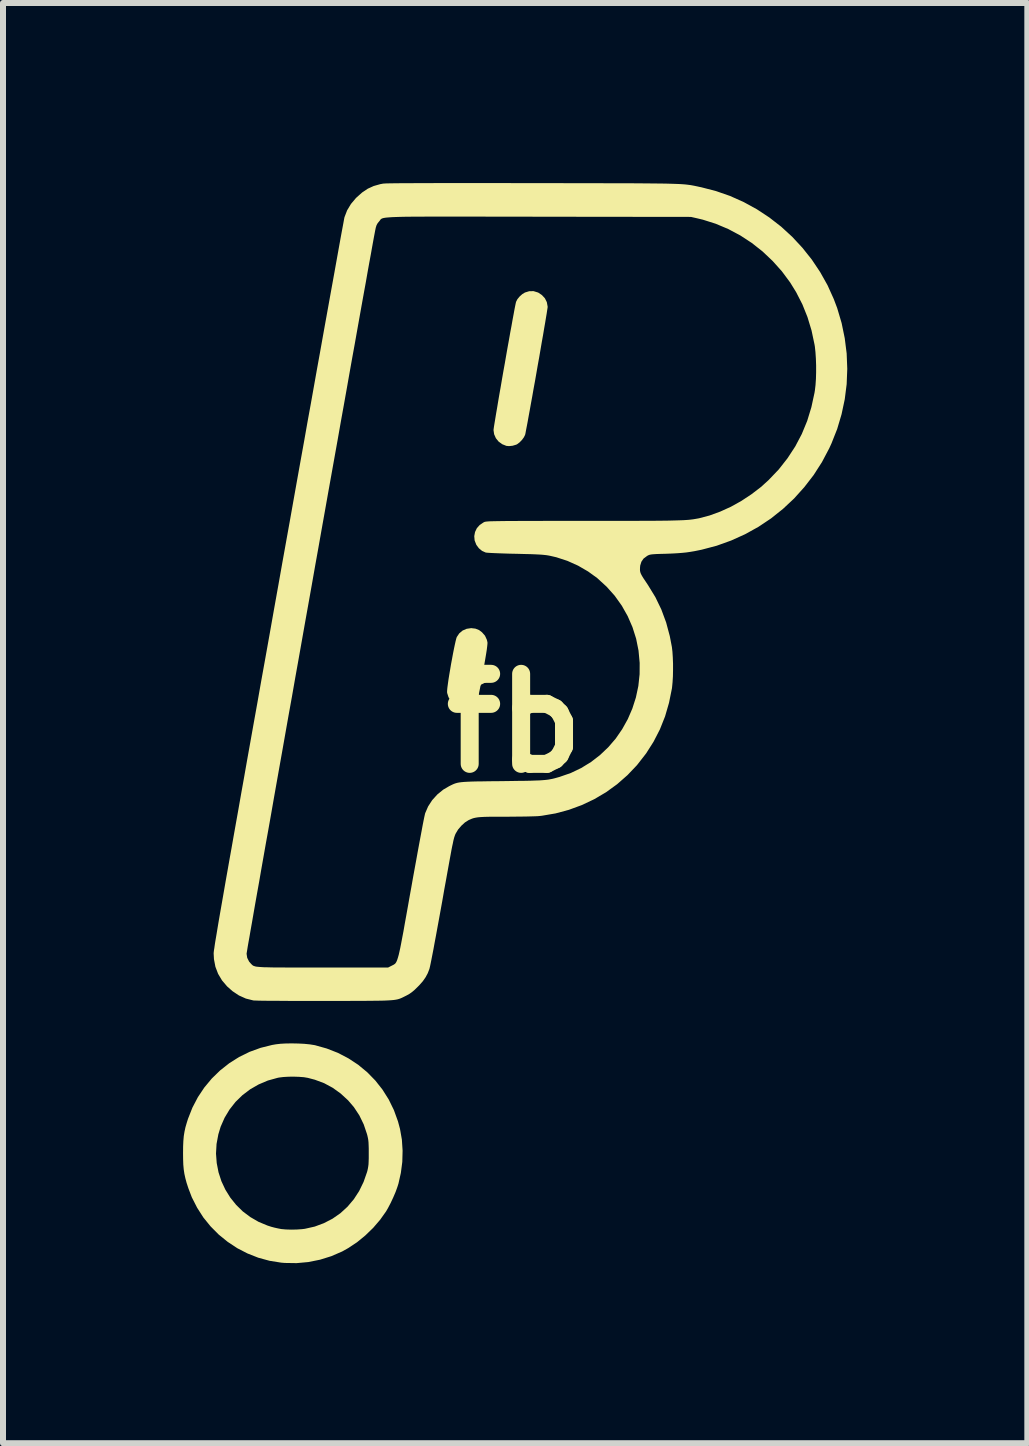
<source format=kicad_pcb>
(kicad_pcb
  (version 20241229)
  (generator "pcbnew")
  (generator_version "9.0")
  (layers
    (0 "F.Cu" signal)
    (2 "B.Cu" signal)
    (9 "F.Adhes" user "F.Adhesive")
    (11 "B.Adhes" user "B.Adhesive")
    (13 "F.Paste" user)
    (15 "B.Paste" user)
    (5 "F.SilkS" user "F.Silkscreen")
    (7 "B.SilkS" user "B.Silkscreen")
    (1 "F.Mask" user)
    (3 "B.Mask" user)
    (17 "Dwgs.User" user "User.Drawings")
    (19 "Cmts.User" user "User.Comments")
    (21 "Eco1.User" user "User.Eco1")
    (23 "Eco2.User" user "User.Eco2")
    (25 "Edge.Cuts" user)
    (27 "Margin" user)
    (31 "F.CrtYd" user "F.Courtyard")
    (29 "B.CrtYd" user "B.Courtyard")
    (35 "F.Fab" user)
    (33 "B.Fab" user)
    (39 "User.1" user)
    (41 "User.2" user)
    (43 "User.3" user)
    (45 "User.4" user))
  (footprint "fb"
    (layer "F.Cu")
    (at 5.526 8.999)
    (property "Reference" "fb" (at 0 0 0) (layer "F.SilkS") (effects (font (size 1.5 1.5) (thickness 0.3))))
    (attr board_only exclude_from_pos_files exclude_from_bom)
    (fp_poly (pts (xy -0.655 -1.575) (xy -0.594 -1.551) (xy -0.545 -1.514) (xy -0.495 -1.457) (xy -0.464 -1.389) (xy -0.454 -1.347) (xy -0.454 -1.324) (xy -0.458 -1.284) (xy -0.465 -1.226) (xy -0.477 -1.15) (xy -0.493 -1.055) (xy -0.513 -0.939) (xy -0.521 -0.895) (xy -0.537 -0.802) (xy -0.553 -0.714) (xy -0.568 -0.635) (xy -0.581 -0.567) (xy -0.592 -0.513) (xy -0.6 -0.474) (xy -0.604 -0.455) (xy -0.604 -0.454) (xy -0.625 -0.414) (xy -0.659 -0.37) (xy -0.7 -0.332) (xy -0.738 -0.306) (xy -0.796 -0.286) (xy -0.862 -0.279) (xy -0.925 -0.285) (xy -0.94 -0.289) (xy -1.007 -0.322) (xy -1.062 -0.371) (xy -1.103 -0.432) (xy -1.125 -0.501) (xy -1.127 -0.518) (xy -1.126 -0.545) (xy -1.122 -0.59) (xy -1.114 -0.65) (xy -1.104 -0.722) (xy -1.091 -0.804) (xy -1.076 -0.892) (xy -1.061 -0.982) (xy -1.044 -1.072) (xy -1.028 -1.159) (xy -1.012 -1.24) (xy -0.997 -1.311) (xy -0.984 -1.369) (xy -0.973 -1.412) (xy -0.965 -1.435) (xy -0.924 -1.496) (xy -0.868 -1.543) (xy -0.801 -1.572) (xy -0.726 -1.583) (xy -0.724 -1.583)) (stroke (width 0) (type solid)) (fill yes) (layer "F.SilkS"))
    (fp_poly (pts (xy 0.386 -7.176) (xy 0.39 -7.175) (xy 0.453 -7.133) (xy 0.503 -7.079) (xy 0.535 -7.015) (xy 0.548 -6.944) (xy 0.549 -6.935) (xy 0.547 -6.918) (xy 0.541 -6.881) (xy 0.533 -6.827) (xy 0.521 -6.756) (xy 0.507 -6.671) (xy 0.49 -6.573) (xy 0.472 -6.465) (xy 0.451 -6.348) (xy 0.43 -6.225) (xy 0.408 -6.096) (xy 0.384 -5.964) (xy 0.361 -5.831) (xy 0.338 -5.699) (xy 0.314 -5.569) (xy 0.292 -5.443) (xy 0.27 -5.323) (xy 0.25 -5.211) (xy 0.231 -5.108) (xy 0.215 -5.018) (xy 0.2 -4.94) (xy 0.188 -4.878) (xy 0.18 -4.833) (xy 0.174 -4.807) (xy 0.173 -4.804) (xy 0.153 -4.763) (xy 0.121 -4.719) (xy 0.081 -4.678) (xy 0.041 -4.648) (xy 0.025 -4.64) (xy -0.036 -4.622) (xy -0.095 -4.616) (xy -0.139 -4.62) (xy -0.209 -4.648) (xy -0.269 -4.692) (xy -0.314 -4.748) (xy -0.343 -4.814) (xy -0.353 -4.883) (xy -0.351 -4.901) (xy -0.346 -4.938) (xy -0.337 -4.994) (xy -0.325 -5.066) (xy -0.311 -5.152) (xy -0.294 -5.25) (xy -0.276 -5.359) (xy -0.256 -5.476) (xy -0.234 -5.6) (xy -0.212 -5.73) (xy -0.189 -5.862) (xy -0.165 -5.995) (xy -0.142 -6.128) (xy -0.119 -6.259) (xy -0.096 -6.385) (xy -0.075 -6.505) (xy -0.054 -6.617) (xy -0.036 -6.719) (xy -0.019 -6.81) (xy -0.005 -6.887) (xy 0.007 -6.948) (xy 0.016 -6.992) (xy 0.022 -7.018) (xy 0.023 -7.021) (xy 0.045 -7.064) (xy 0.082 -7.109) (xy 0.127 -7.149) (xy 0.17 -7.175) (xy 0.242 -7.197) (xy 0.314 -7.198)) (stroke (width 0) (type solid)) (fill yes) (layer "F.SilkS"))
    (fp_poly (pts (xy -3.605 5.338) (xy -3.506 5.343) (xy -3.415 5.352) (xy -3.339 5.364) (xy -3.328 5.366) (xy -3.132 5.421) (xy -2.945 5.494) (xy -2.771 5.585) (xy -2.608 5.692) (xy -2.458 5.816) (xy -2.323 5.954) (xy -2.203 6.106) (xy -2.099 6.271) (xy -2.013 6.447) (xy -1.945 6.635) (xy -1.911 6.762) (xy -1.88 6.939) (xy -1.868 7.123) (xy -1.873 7.31) (xy -1.897 7.494) (xy -1.937 7.672) (xy -1.955 7.729) (xy -1.985 7.812) (xy -2.024 7.903) (xy -2.067 7.995) (xy -2.111 8.079) (xy -2.142 8.133) (xy -2.242 8.274) (xy -2.358 8.409) (xy -2.488 8.535) (xy -2.627 8.649) (xy -2.773 8.746) (xy -2.875 8.803) (xy -3.055 8.881) (xy -3.244 8.94) (xy -3.438 8.979) (xy -3.634 8.997) (xy -3.83 8.994) (xy -3.891 8.989) (xy -4.085 8.958) (xy -4.272 8.907) (xy -4.452 8.836) (xy -4.623 8.748) (xy -4.783 8.642) (xy -4.932 8.521) (xy -5.067 8.385) (xy -5.188 8.236) (xy -5.292 8.073) (xy -5.38 7.9) (xy -5.438 7.748) (xy -5.467 7.659) (xy -5.488 7.581) (xy -5.504 7.508) (xy -5.515 7.434) (xy -5.522 7.355) (xy -5.525 7.264) (xy -5.526 7.172) (xy -4.977 7.172) (xy -4.965 7.33) (xy -4.935 7.484) (xy -4.887 7.632) (xy -4.821 7.773) (xy -4.739 7.905) (xy -4.642 8.026) (xy -4.531 8.135) (xy -4.406 8.229) (xy -4.268 8.309) (xy -4.119 8.371) (xy -4.054 8.392) (xy -4.001 8.406) (xy -3.947 8.418) (xy -3.901 8.427) (xy -3.891 8.429) (xy -3.814 8.436) (xy -3.724 8.439) (xy -3.631 8.437) (xy -3.545 8.431) (xy -3.496 8.425) (xy -3.332 8.388) (xy -3.179 8.331) (xy -3.036 8.257) (xy -2.904 8.165) (xy -2.786 8.057) (xy -2.681 7.933) (xy -2.592 7.796) (xy -2.518 7.644) (xy -2.461 7.481) (xy -2.455 7.46) (xy -2.447 7.424) (xy -2.441 7.39) (xy -2.436 7.352) (xy -2.434 7.307) (xy -2.432 7.249) (xy -2.432 7.174) (xy -2.432 7.162) (xy -2.432 7.087) (xy -2.434 7.029) (xy -2.436 6.983) (xy -2.44 6.945) (xy -2.446 6.911) (xy -2.454 6.875) (xy -2.461 6.848) (xy -2.516 6.685) (xy -2.589 6.535) (xy -2.68 6.397) (xy -2.776 6.285) (xy -2.9 6.171) (xy -3.032 6.076) (xy -3.175 5.999) (xy -3.33 5.941) (xy -3.448 5.91) (xy -3.513 5.899) (xy -3.593 5.893) (xy -3.681 5.89) (xy -3.77 5.891) (xy -3.855 5.896) (xy -3.928 5.905) (xy -3.952 5.91) (xy -4.114 5.955) (xy -4.267 6.02) (xy -4.408 6.101) (xy -4.537 6.199) (xy -4.652 6.311) (xy -4.751 6.437) (xy -4.834 6.575) (xy -4.9 6.725) (xy -4.938 6.851) (xy -4.968 7.012) (xy -4.977 7.172) (xy -5.526 7.172) (xy -5.526 7.162) (xy -5.525 7.054) (xy -5.521 6.962) (xy -5.514 6.881) (xy -5.502 6.807) (xy -5.486 6.733) (xy -5.463 6.654) (xy -5.443 6.591) (xy -5.37 6.406) (xy -5.279 6.232) (xy -5.171 6.07) (xy -5.047 5.921) (xy -4.908 5.786) (xy -4.756 5.666) (xy -4.593 5.563) (xy -4.418 5.477) (xy -4.234 5.41) (xy -4.042 5.362) (xy -3.979 5.351) (xy -3.901 5.342) (xy -3.809 5.337) (xy -3.709 5.336)) (stroke (width 0) (type solid)) (fill yes) (layer "F.SilkS"))
    (fp_poly (pts (xy -0.546 -8.999) (xy -0.283 -8.999) (xy 0.002 -8.998) (xy 0.307 -8.998) (xy 0.582 -8.998) (xy 0.836 -8.997) (xy 1.07 -8.997) (xy 1.285 -8.997) (xy 1.482 -8.996) (xy 1.661 -8.996) (xy 1.824 -8.995) (xy 1.971 -8.995) (xy 2.104 -8.994) (xy 2.224 -8.993) (xy 2.33 -8.992) (xy 2.425 -8.991) (xy 2.509 -8.99) (xy 2.584 -8.988) (xy 2.649 -8.986) (xy 2.707 -8.984) (xy 2.757 -8.982) (xy 2.801 -8.979) (xy 2.84 -8.976) (xy 2.875 -8.972) (xy 2.907 -8.968) (xy 2.936 -8.964) (xy 2.963 -8.959) (xy 2.99 -8.954) (xy 3.018 -8.948) (xy 3.047 -8.942) (xy 3.078 -8.935) (xy 3.108 -8.929) (xy 3.352 -8.866) (xy 3.588 -8.784) (xy 3.816 -8.682) (xy 4.035 -8.562) (xy 4.243 -8.425) (xy 4.44 -8.272) (xy 4.624 -8.103) (xy 4.794 -7.92) (xy 4.95 -7.724) (xy 5.089 -7.516) (xy 5.212 -7.297) (xy 5.316 -7.067) (xy 5.373 -6.916) (xy 5.447 -6.666) (xy 5.499 -6.413) (xy 5.531 -6.159) (xy 5.541 -5.904) (xy 5.531 -5.649) (xy 5.499 -5.396) (xy 5.446 -5.147) (xy 5.373 -4.901) (xy 5.278 -4.661) (xy 5.241 -4.58) (xy 5.12 -4.351) (xy 4.981 -4.134) (xy 4.825 -3.932) (xy 4.655 -3.743) (xy 4.47 -3.57) (xy 4.272 -3.412) (xy 4.061 -3.271) (xy 3.839 -3.148) (xy 3.607 -3.043) (xy 3.365 -2.956) (xy 3.115 -2.89) (xy 2.997 -2.866) (xy 2.926 -2.854) (xy 2.857 -2.844) (xy 2.786 -2.837) (xy 2.707 -2.831) (xy 2.616 -2.826) (xy 2.508 -2.822) (xy 2.508 -2.822) (xy 2.427 -2.82) (xy 2.365 -2.818) (xy 2.318 -2.815) (xy 2.284 -2.812) (xy 2.259 -2.808) (xy 2.24 -2.803) (xy 2.224 -2.796) (xy 2.207 -2.787) (xy 2.203 -2.784) (xy 2.147 -2.742) (xy 2.111 -2.69) (xy 2.091 -2.626) (xy 2.088 -2.592) (xy 2.087 -2.563) (xy 2.088 -2.538) (xy 2.093 -2.514) (xy 2.103 -2.487) (xy 2.12 -2.455) (xy 2.145 -2.414) (xy 2.18 -2.362) (xy 2.225 -2.294) (xy 2.226 -2.292) (xy 2.344 -2.099) (xy 2.443 -1.894) (xy 2.523 -1.678) (xy 2.584 -1.45) (xy 2.619 -1.268) (xy 2.628 -1.19) (xy 2.634 -1.096) (xy 2.638 -0.992) (xy 2.638 -0.884) (xy 2.636 -0.779) (xy 2.63 -0.681) (xy 2.622 -0.598) (xy 2.619 -0.576) (xy 2.571 -0.339) (xy 2.505 -0.112) (xy 2.419 0.104) (xy 2.313 0.31) (xy 2.189 0.505) (xy 2.044 0.691) (xy 2.037 0.7) (xy 1.879 0.866) (xy 1.707 1.017) (xy 1.522 1.151) (xy 1.325 1.267) (xy 1.118 1.365) (xy 0.903 1.444) (xy 0.68 1.504) (xy 0.451 1.543) (xy 0.415 1.547) (xy 0.38 1.55) (xy 0.326 1.552) (xy 0.257 1.554) (xy 0.175 1.556) (xy 0.083 1.557) (xy -0.015 1.558) (xy -0.117 1.559) (xy -0.14 1.559) (xy -0.26 1.559) (xy -0.361 1.559) (xy -0.444 1.56) (xy -0.512 1.562) (xy -0.568 1.565) (xy -0.613 1.569) (xy -0.651 1.575) (xy -0.683 1.582) (xy -0.711 1.591) (xy -0.739 1.603) (xy -0.767 1.615) (xy -0.829 1.654) (xy -0.889 1.709) (xy -0.943 1.772) (xy -0.982 1.837) (xy -0.989 1.851) (xy -0.995 1.866) (xy -1.001 1.883) (xy -1.008 1.904) (xy -1.015 1.93) (xy -1.023 1.963) (xy -1.031 2.004) (xy -1.042 2.053) (xy -1.054 2.114) (xy -1.067 2.186) (xy -1.083 2.272) (xy -1.101 2.372) (xy -1.122 2.488) (xy -1.146 2.622) (xy -1.174 2.774) (xy -1.204 2.947) (xy -1.207 2.964) (xy -1.235 3.118) (xy -1.262 3.267) (xy -1.288 3.408) (xy -1.312 3.54) (xy -1.335 3.662) (xy -1.355 3.772) (xy -1.374 3.869) (xy -1.39 3.951) (xy -1.403 4.015) (xy -1.413 4.062) (xy -1.42 4.089) (xy -1.42 4.092) (xy -1.449 4.167) (xy -1.485 4.234) (xy -1.531 4.3) (xy -1.591 4.368) (xy -1.619 4.396) (xy -1.669 4.445) (xy -1.712 4.481) (xy -1.753 4.51) (xy -1.799 4.536) (xy -1.811 4.542) (xy -1.837 4.555) (xy -1.861 4.567) (xy -1.882 4.577) (xy -1.903 4.586) (xy -1.925 4.594) (xy -1.949 4.601) (xy -1.978 4.607) (xy -2.011 4.612) (xy -2.051 4.616) (xy -2.098 4.619) (xy -2.155 4.622) (xy -2.222 4.624) (xy -2.302 4.625) (xy -2.394 4.626) (xy -2.501 4.627) (xy -2.625 4.627) (xy -2.765 4.628) (xy -2.925 4.628) (xy -3.105 4.628) (xy -3.167 4.628) (xy -3.324 4.628) (xy -3.475 4.628) (xy -3.62 4.628) (xy -3.756 4.628) (xy -3.883 4.627) (xy -3.997 4.626) (xy -4.099 4.626) (xy -4.186 4.625) (xy -4.257 4.624) (xy -4.31 4.622) (xy -4.344 4.621) (xy -4.355 4.62) (xy -4.479 4.589) (xy -4.595 4.537) (xy -4.703 4.465) (xy -4.792 4.386) (xy -4.877 4.286) (xy -4.942 4.177) (xy -4.987 4.059) (xy -5.011 3.933) (xy -5.016 3.842) (xy -5.016 3.84) (xy -4.468 3.84) (xy -4.457 3.91) (xy -4.426 3.972) (xy -4.394 4.009) (xy -4.384 4.019) (xy -4.375 4.028) (xy -4.365 4.036) (xy -4.354 4.043) (xy -4.339 4.048) (xy -4.321 4.054) (xy -4.297 4.058) (xy -4.266 4.061) (xy -4.227 4.064) (xy -4.178 4.067) (xy -4.118 4.068) (xy -4.047 4.07) (xy -3.962 4.071) (xy -3.862 4.071) (xy -3.746 4.072) (xy -3.613 4.072) (xy -3.461 4.072) (xy -3.289 4.072) (xy -3.198 4.072) (xy -2.11 4.072) (xy -2.051 4.042) (xy -2.035 4.034) (xy -2.021 4.027) (xy -2.008 4.019) (xy -1.996 4.01) (xy -1.985 3.999) (xy -1.975 3.983) (xy -1.965 3.963) (xy -1.955 3.936) (xy -1.944 3.901) (xy -1.932 3.858) (xy -1.92 3.805) (xy -1.906 3.741) (xy -1.891 3.664) (xy -1.874 3.574) (xy -1.854 3.47) (xy -1.833 3.349) (xy -1.808 3.211) (xy -1.78 3.055) (xy -1.749 2.879) (xy -1.724 2.742) (xy -1.696 2.583) (xy -1.668 2.429) (xy -1.641 2.282) (xy -1.616 2.143) (xy -1.592 2.013) (xy -1.57 1.895) (xy -1.55 1.789) (xy -1.533 1.697) (xy -1.518 1.621) (xy -1.506 1.562) (xy -1.497 1.522) (xy -1.492 1.501) (xy -1.492 1.501) (xy -1.443 1.388) (xy -1.375 1.283) (xy -1.29 1.189) (xy -1.191 1.108) (xy -1.092 1.05) (xy -1.062 1.035) (xy -1.035 1.022) (xy -1.01 1.011) (xy -0.984 1.002) (xy -0.955 0.994) (xy -0.923 0.988) (xy -0.884 0.983) (xy -0.837 0.979) (xy -0.781 0.976) (xy -0.712 0.973) (xy -0.631 0.971) (xy -0.534 0.97) (xy -0.419 0.968) (xy -0.286 0.967) (xy -0.203 0.966) (xy -0.058 0.964) (xy 0.068 0.962) (xy 0.175 0.961) (xy 0.267 0.959) (xy 0.345 0.956) (xy 0.411 0.954) (xy 0.467 0.95) (xy 0.515 0.946) (xy 0.557 0.941) (xy 0.595 0.934) (xy 0.632 0.927) (xy 0.668 0.918) (xy 0.707 0.907) (xy 0.75 0.895) (xy 0.752 0.894) (xy 0.936 0.83) (xy 1.109 0.747) (xy 1.272 0.647) (xy 1.422 0.531) (xy 1.559 0.401) (xy 1.683 0.257) (xy 1.791 0.1) (xy 1.884 -0.067) (xy 1.96 -0.243) (xy 2.019 -0.427) (xy 2.06 -0.619) (xy 2.081 -0.816) (xy 2.082 -1.004) (xy 2.063 -1.209) (xy 2.023 -1.408) (xy 1.962 -1.6) (xy 1.882 -1.784) (xy 1.783 -1.959) (xy 1.666 -2.123) (xy 1.53 -2.275) (xy 1.378 -2.414) (xy 1.378 -2.415) (xy 1.223 -2.527) (xy 1.056 -2.624) (xy 0.878 -2.704) (xy 0.694 -2.764) (xy 0.59 -2.788) (xy 0.559 -2.794) (xy 0.527 -2.799) (xy 0.491 -2.803) (xy 0.449 -2.807) (xy 0.398 -2.81) (xy 0.337 -2.813) (xy 0.261 -2.816) (xy 0.17 -2.818) (xy 0.059 -2.821) (xy 0.016 -2.822) (xy -0.084 -2.824) (xy -0.178 -2.827) (xy -0.264 -2.83) (xy -0.34 -2.833) (xy -0.402 -2.836) (xy -0.449 -2.839) (xy -0.478 -2.842) (xy -0.484 -2.843) (xy -0.544 -2.87) (xy -0.597 -2.914) (xy -0.64 -2.972) (xy -0.641 -2.975) (xy -0.668 -3.045) (xy -0.674 -3.116) (xy -0.661 -3.185) (xy -0.631 -3.248) (xy -0.583 -3.302) (xy -0.521 -3.344) (xy -0.502 -3.353) (xy -0.495 -3.355) (xy -0.483 -3.357) (xy -0.467 -3.359) (xy -0.445 -3.361) (xy -0.415 -3.363) (xy -0.378 -3.364) (xy -0.332 -3.365) (xy -0.275 -3.366) (xy -0.207 -3.367) (xy -0.127 -3.368) (xy -0.033 -3.368) (xy 0.075 -3.369) (xy 0.198 -3.369) (xy 0.338 -3.369) (xy 0.495 -3.37) (xy 0.671 -3.37) (xy 0.866 -3.37) (xy 1.083 -3.37) (xy 1.133 -3.37) (xy 1.362 -3.37) (xy 1.57 -3.37) (xy 1.758 -3.37) (xy 1.928 -3.37) (xy 2.081 -3.371) (xy 2.217 -3.371) (xy 2.338 -3.372) (xy 2.445 -3.373) (xy 2.54 -3.374) (xy 2.622 -3.376) (xy 2.694 -3.378) (xy 2.757 -3.38) (xy 2.812 -3.382) (xy 2.859 -3.385) (xy 2.901 -3.388) (xy 2.937 -3.392) (xy 2.97 -3.396) (xy 3 -3.401) (xy 3.029 -3.406) (xy 3.058 -3.411) (xy 3.073 -3.414) (xy 3.247 -3.46) (xy 3.425 -3.525) (xy 3.603 -3.606) (xy 3.777 -3.703) (xy 3.945 -3.814) (xy 4.103 -3.935) (xy 4.23 -4.05) (xy 4.398 -4.226) (xy 4.545 -4.413) (xy 4.674 -4.61) (xy 4.783 -4.817) (xy 4.873 -5.035) (xy 4.943 -5.264) (xy 4.995 -5.504) (xy 5.002 -5.548) (xy 5.012 -5.634) (xy 5.019 -5.735) (xy 5.022 -5.846) (xy 5.022 -5.962) (xy 5.018 -6.075) (xy 5.011 -6.182) (xy 5.001 -6.275) (xy 4.996 -6.305) (xy 4.946 -6.542) (xy 4.878 -6.766) (xy 4.793 -6.978) (xy 4.689 -7.181) (xy 4.589 -7.343) (xy 4.451 -7.529) (xy 4.297 -7.701) (xy 4.13 -7.859) (xy 3.95 -8.001) (xy 3.759 -8.126) (xy 3.558 -8.233) (xy 3.349 -8.321) (xy 3.134 -8.389) (xy 3.042 -8.411) (xy 2.936 -8.435) (xy 0.406 -8.438) (xy 0.124 -8.439) (xy -0.137 -8.439) (xy -0.377 -8.439) (xy -0.598 -8.44) (xy -0.801 -8.44) (xy -0.986 -8.44) (xy -1.153 -8.44) (xy -1.305 -8.44) (xy -1.442 -8.44) (xy -1.564 -8.439) (xy -1.672 -8.439) (xy -1.768 -8.438) (xy -1.852 -8.437) (xy -1.925 -8.435) (xy -1.987 -8.433) (xy -2.04 -8.431) (xy -2.085 -8.428) (xy -2.122 -8.425) (xy -2.152 -8.422) (xy -2.176 -8.418) (xy -2.195 -8.414) (xy -2.209 -8.409) (xy -2.22 -8.404) (xy -2.228 -8.398) (xy -2.235 -8.392) (xy -2.24 -8.385) (xy -2.246 -8.377) (xy -2.251 -8.369) (xy -2.259 -8.36) (xy -2.259 -8.36) (xy -2.285 -8.328) (xy -2.302 -8.297) (xy -2.315 -8.256) (xy -2.32 -8.231) (xy -2.325 -8.208) (xy -2.333 -8.165) (xy -2.345 -8.102) (xy -2.36 -8.02) (xy -2.378 -7.92) (xy -2.399 -7.802) (xy -2.424 -7.667) (xy -2.451 -7.517) (xy -2.48 -7.351) (xy -2.513 -7.17) (xy -2.548 -6.976) (xy -2.585 -6.769) (xy -2.624 -6.55) (xy -2.665 -6.319) (xy -2.709 -6.077) (xy -2.754 -5.825) (xy -2.8 -5.564) (xy -2.848 -5.295) (xy -2.898 -5.018) (xy -2.948 -4.733) (xy -3 -4.443) (xy -3.053 -4.147) (xy -3.107 -3.846) (xy -3.161 -3.542) (xy -3.216 -3.234) (xy -3.271 -2.923) (xy -3.327 -2.611) (xy -3.382 -2.298) (xy -3.438 -1.984) (xy -3.494 -1.671) (xy -3.549 -1.36) (xy -3.604 -1.05) (xy -3.659 -0.743) (xy -3.712 -0.44) (xy -3.766 -0.141) (xy -3.818 0.153) (xy -3.869 0.442) (xy -3.919 0.723) (xy -3.968 0.998) (xy -4.015 1.264) (xy -4.06 1.522) (xy -4.104 1.77) (xy -4.147 2.008) (xy -4.187 2.235) (xy -4.225 2.45) (xy -4.26 2.653) (xy -4.294 2.842) (xy -4.325 3.017) (xy -4.353 3.178) (xy -4.378 3.323) (xy -4.401 3.452) (xy -4.42 3.563) (xy -4.437 3.657) (xy -4.45 3.732) (xy -4.459 3.789) (xy -4.465 3.825) (xy -4.467 3.84) (xy -4.468 3.84) (xy -5.016 3.84) (xy -5.016 3.833) (xy -5.015 3.819) (xy -5.013 3.801) (xy -5.01 3.777) (xy -5.005 3.748) (xy -5 3.712) (xy -4.994 3.67) (xy -4.986 3.621) (xy -4.976 3.563) (xy -4.965 3.498) (xy -4.953 3.424) (xy -4.939 3.34) (xy -4.923 3.247) (xy -4.905 3.143) (xy -4.885 3.029) (xy -4.863 2.903) (xy -4.839 2.765) (xy -4.813 2.615) (xy -4.784 2.452) (xy -4.753 2.276) (xy -4.719 2.086) (xy -4.683 1.881) (xy -4.644 1.662) (xy -4.602 1.427) (xy -4.558 1.176) (xy -4.51 0.908) (xy -4.46 0.624) (xy -4.406 0.322) (xy -4.349 0.002) (xy -4.288 -0.337) (xy -4.225 -0.695) (xy -4.157 -1.072) (xy -4.086 -1.469) (xy -4.012 -1.887) (xy -3.935 -2.317) (xy -3.871 -2.678) (xy -3.807 -3.034) (xy -3.744 -3.384) (xy -3.683 -3.728) (xy -3.623 -4.064) (xy -3.564 -4.393) (xy -3.506 -4.714) (xy -3.451 -5.026) (xy -3.396 -5.328) (xy -3.344 -5.62) (xy -3.294 -5.901) (xy -3.245 -6.171) (xy -3.199 -6.429) (xy -3.155 -6.674) (xy -3.113 -6.906) (xy -3.074 -7.123) (xy -3.037 -7.327) (xy -3.003 -7.515) (xy -2.972 -7.688) (xy -2.944 -7.844) (xy -2.919 -7.983) (xy -2.897 -8.105) (xy -2.878 -8.208) (xy -2.862 -8.293) (xy -2.85 -8.358) (xy -2.842 -8.403) (xy -2.837 -8.427) (xy -2.836 -8.431) (xy -2.792 -8.545) (xy -2.728 -8.651) (xy -2.644 -8.751) (xy -2.635 -8.759) (xy -2.542 -8.842) (xy -2.448 -8.905) (xy -2.349 -8.95) (xy -2.239 -8.981) (xy -2.19 -8.99) (xy -2.171 -8.991) (xy -2.136 -8.993) (xy -2.084 -8.994) (xy -2.015 -8.995) (xy -1.927 -8.996) (xy -1.822 -8.997) (xy -1.698 -8.997) (xy -1.555 -8.998) (xy -1.393 -8.998) (xy -1.211 -8.999) (xy -1.01 -8.999) (xy -0.788 -8.999)) (stroke (width 0) (type solid)) (fill yes) (layer "F.SilkS")))
  (gr_rect
    (start -3 -3)
    (end 14.067 20.996)
    (stroke (width 0.1) (type default))
    (fill no)
    (layer "Edge.Cuts")))
</source>
